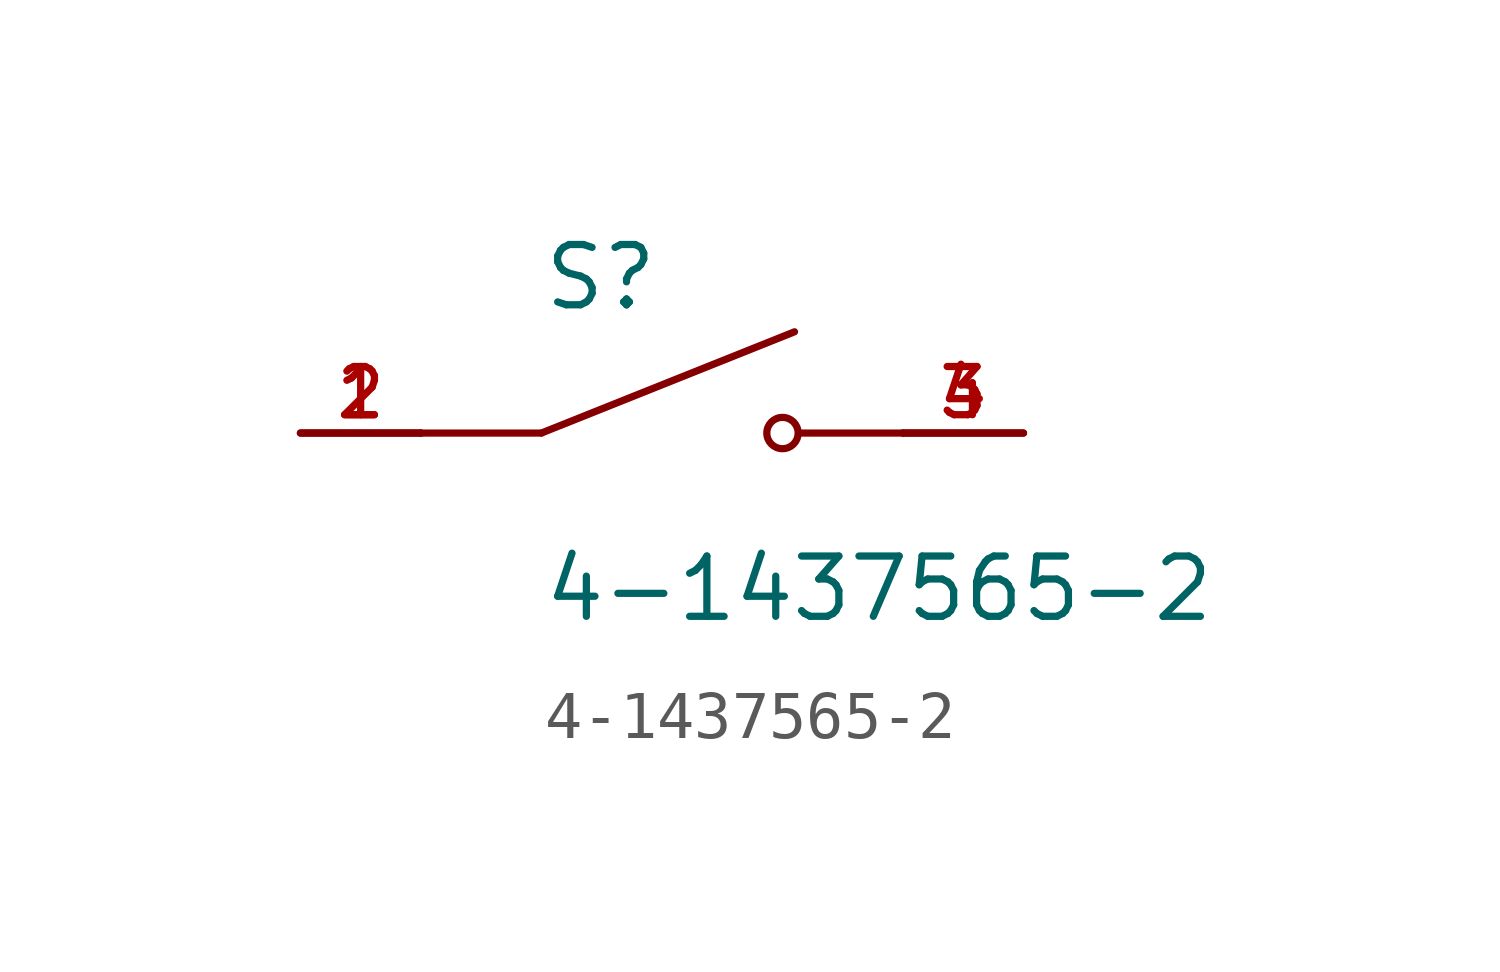
<source format=kicad_sym>
(kicad_symbol_lib
  (version 20211014)
  (generator kicad_symbol_editor)
  (symbol "4-1437565-2"
    (pin_names
      (offset 1.016))
    (property "Reference" "S"
      (at -2.54 2.54 0)
      (effects (font (size 1.27 1.27)) (justify bottom left)))
    (property "Value" "4-1437565-2"
      (at -2.54 -2.54 0)
      (effects (font (size 1.27 1.27)) (justify top left)))
    (symbol "4-1437565-2_0_0"
      (polyline (pts (xy -2.54 0.0) (xy 2.794 2.134)) (stroke (width 0.152)))
      (circle (center 2.54 0.0) (radius 0.33) (stroke (width 0.152)) (fill (type none)))
      (polyline (pts (xy 5.08 0.0) (xy 2.921 0.0)) (stroke (width 0.152)))
      (polyline (pts (xy -2.54 0.0) (xy -5.08 0.0)) (stroke (width 0.152)))
      (pin passive line (at -7.62 0.0 0) (length 2.54) (name "~" (effects (font (size 1.016 1.016)))) (number "1" (effects (font (size 1.016 1.016)))))
      (pin passive line (at -7.62 0.0 0) (length 2.54) (name "~" (effects (font (size 1.016 1.016)))) (number "2" (effects (font (size 1.016 1.016)))))
      (pin passive line (at 7.62 0.0 180.0) (length 2.54) (name "~" (effects (font (size 1.016 1.016)))) (number "3" (effects (font (size 1.016 1.016)))))
      (pin passive line (at 7.62 0.0 180.0) (length 2.54) (name "~" (effects (font (size 1.016 1.016)))) (number "4" (effects (font (size 1.016 1.016))))))))
</source>
